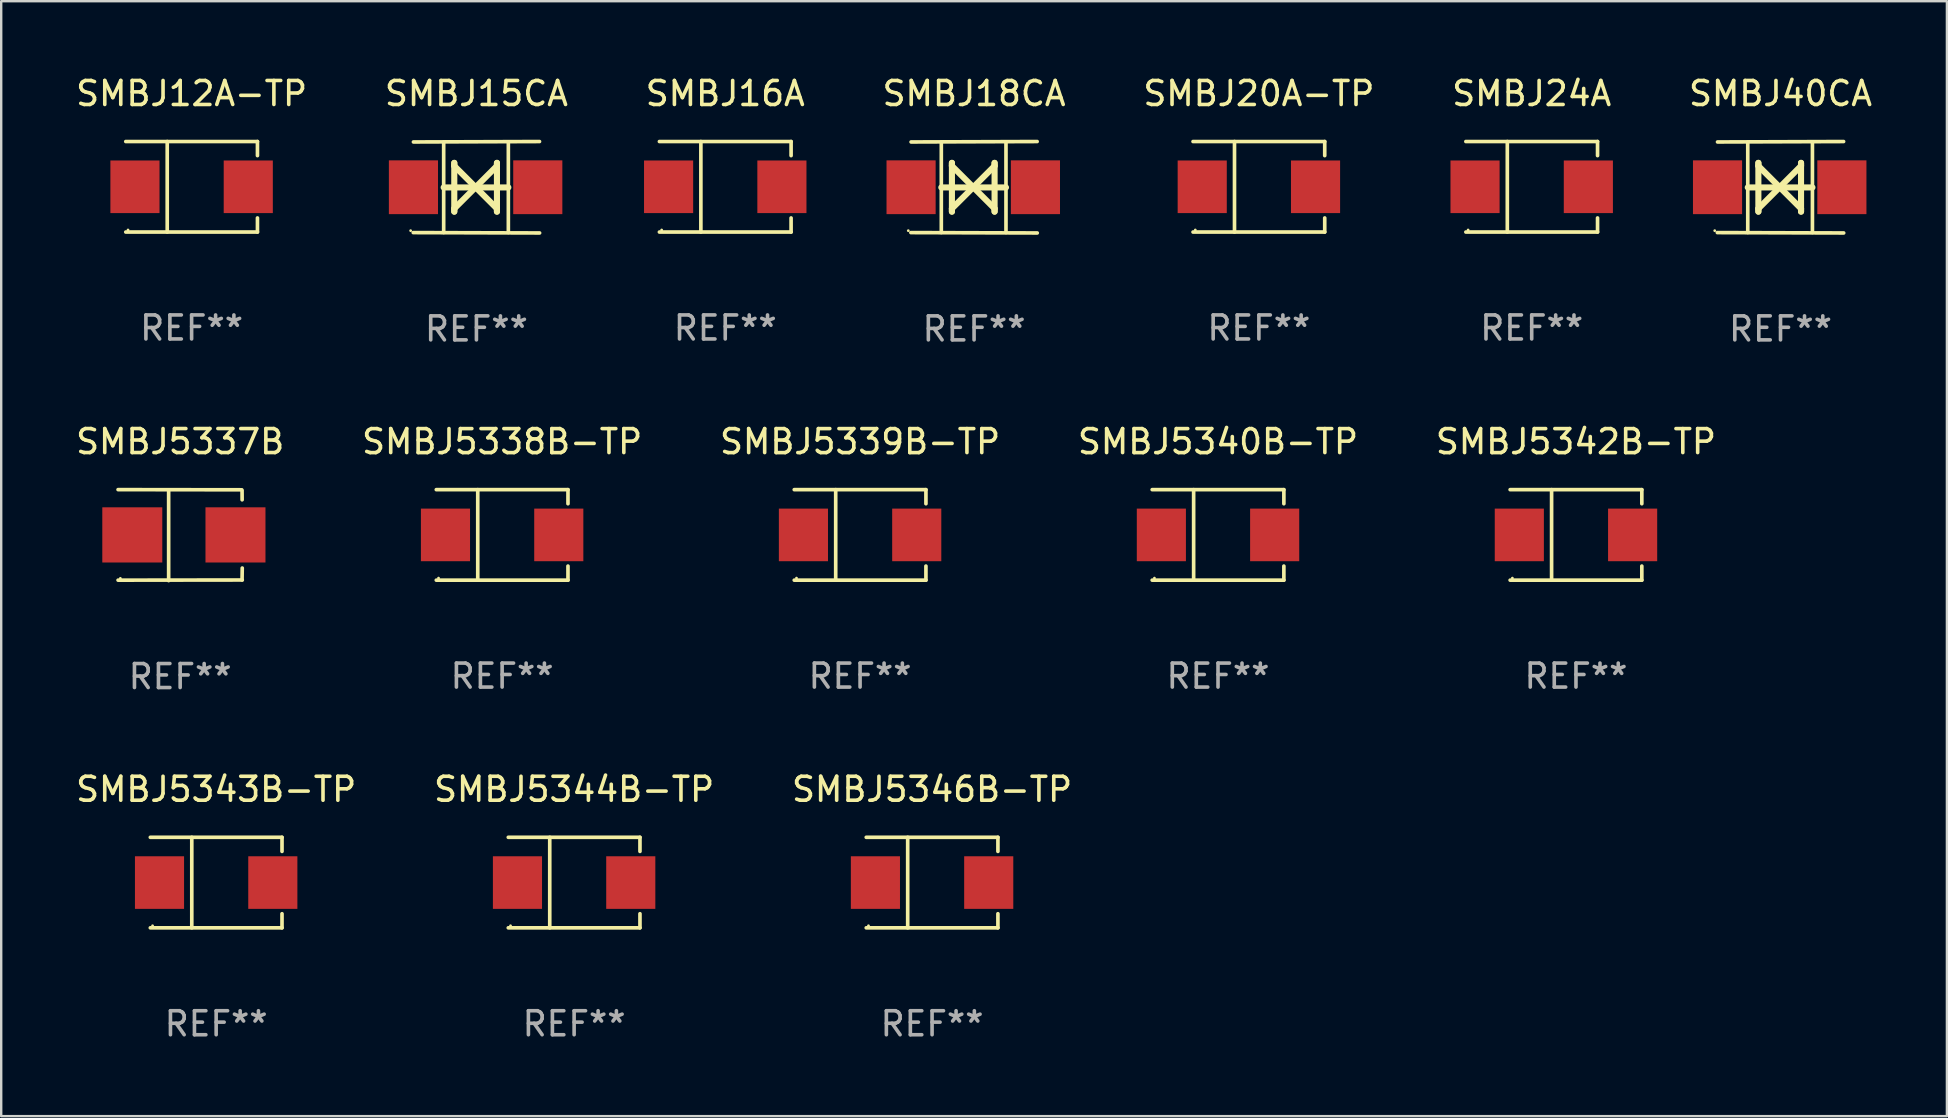
<source format=kicad_pcb>
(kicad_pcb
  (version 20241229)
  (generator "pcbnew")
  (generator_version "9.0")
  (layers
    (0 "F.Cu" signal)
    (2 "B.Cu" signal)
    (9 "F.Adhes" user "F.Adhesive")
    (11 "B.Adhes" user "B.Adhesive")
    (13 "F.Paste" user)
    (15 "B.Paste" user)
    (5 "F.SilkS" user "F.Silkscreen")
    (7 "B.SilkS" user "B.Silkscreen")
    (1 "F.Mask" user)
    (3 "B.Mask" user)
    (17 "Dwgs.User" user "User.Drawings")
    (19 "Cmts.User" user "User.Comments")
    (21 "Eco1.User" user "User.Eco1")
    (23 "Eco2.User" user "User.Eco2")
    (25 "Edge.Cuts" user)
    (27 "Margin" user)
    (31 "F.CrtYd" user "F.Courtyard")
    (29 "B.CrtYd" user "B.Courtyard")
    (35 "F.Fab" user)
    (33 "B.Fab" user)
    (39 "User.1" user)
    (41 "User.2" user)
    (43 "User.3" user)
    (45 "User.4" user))
  (footprint "SMBJ5342B-TP"
    (layer "F.Cu")
    (at 62.625 19.241)
    (property "Reference" "SMBJ5342B-TP" (at 0 -3.886 0) (layer "F.SilkS") (effects (font (size 1 1) (thickness 0.15))))
    (attr through_hole)
    (fp_line (start -2.744 -1.886) (end 2.744 -1.886) (stroke (width 0.152) (type solid)) (layer "F.SilkS"))
    (fp_line (start -2.744 1.886) (end 2.744 1.886) (stroke (width 0.152) (type solid)) (layer "F.SilkS"))
    (fp_line (start -1.016 -1.886) (end -1.016 1.886) (stroke (width 0.152) (type solid)) (layer "F.SilkS"))
    (fp_line (start 2.744 -1.886) (end 2.744 -1.299) (stroke (width 0.152) (type solid)) (layer "F.SilkS"))
    (fp_line (start 2.744 1.886) (end 2.744 1.299) (stroke (width 0.152) (type solid)) (layer "F.SilkS"))
    (fp_circle (center -2.65 1.8) (end -2.62 1.8) (stroke (width 0.06) (type solid)) (fill no) (layer "F.SilkS"))
    (fp_text user "REF**" (at 0 5.886 0) (layer "F.Fab") (effects (font (size 1 1) (thickness 0.15))))
    (pad "1" smd rect (at -2.361 0) (size 2.047 2.192) (layers "F.Cu" "F.Mask" "F.Paste"))
    (pad "2" smd rect (at 2.361 0) (size 2.047 2.192) (layers "F.Cu" "F.Mask" "F.Paste")))
  (footprint "SMBJ20A-TP"
    (layer "F.Cu")
    (at 49.411 4.734)
    (property "Reference" "SMBJ20A-TP" (at 0 -3.886 0) (layer "F.SilkS") (effects (font (size 1 1) (thickness 0.15))))
    (attr through_hole)
    (fp_line (start -2.744 -1.886) (end 2.744 -1.886) (stroke (width 0.152) (type solid)) (layer "F.SilkS"))
    (fp_line (start -2.744 1.886) (end 2.744 1.886) (stroke (width 0.152) (type solid)) (layer "F.SilkS"))
    (fp_line (start -1.016 -1.886) (end -1.016 1.886) (stroke (width 0.152) (type solid)) (layer "F.SilkS"))
    (fp_line (start 2.744 -1.886) (end 2.744 -1.299) (stroke (width 0.152) (type solid)) (layer "F.SilkS"))
    (fp_line (start 2.744 1.886) (end 2.744 1.299) (stroke (width 0.152) (type solid)) (layer "F.SilkS"))
    (fp_circle (center -2.65 1.8) (end -2.62 1.8) (stroke (width 0.06) (type solid)) (fill no) (layer "F.SilkS"))
    (fp_text user "REF**" (at 0 5.886 0) (layer "F.Fab") (effects (font (size 1 1) (thickness 0.15))))
    (pad "1" smd rect (at -2.361 0) (size 2.047 2.192) (layers "F.Cu" "F.Mask" "F.Paste"))
    (pad "2" smd rect (at 2.361 0) (size 2.047 2.192) (layers "F.Cu" "F.Mask" "F.Paste")))
  (footprint "SMBJ5340B-TP"
    (layer "F.Cu")
    (at 47.708 19.241)
    (property "Reference" "SMBJ5340B-TP" (at 0 -3.886 0) (layer "F.SilkS") (effects (font (size 1 1) (thickness 0.15))))
    (attr through_hole)
    (fp_line (start -2.744 -1.886) (end 2.744 -1.886) (stroke (width 0.152) (type solid)) (layer "F.SilkS"))
    (fp_line (start -2.744 1.886) (end 2.744 1.886) (stroke (width 0.152) (type solid)) (layer "F.SilkS"))
    (fp_line (start -1.016 -1.886) (end -1.016 1.886) (stroke (width 0.152) (type solid)) (layer "F.SilkS"))
    (fp_line (start 2.744 -1.886) (end 2.744 -1.299) (stroke (width 0.152) (type solid)) (layer "F.SilkS"))
    (fp_line (start 2.744 1.886) (end 2.744 1.299) (stroke (width 0.152) (type solid)) (layer "F.SilkS"))
    (fp_circle (center -2.65 1.8) (end -2.62 1.8) (stroke (width 0.06) (type solid)) (fill no) (layer "F.SilkS"))
    (fp_text user "REF**" (at 0 5.886 0) (layer "F.Fab") (effects (font (size 1 1) (thickness 0.15))))
    (pad "1" smd rect (at -2.361 0) (size 2.047 2.192) (layers "F.Cu" "F.Mask" "F.Paste"))
    (pad "2" smd rect (at 2.361 0) (size 2.047 2.192) (layers "F.Cu" "F.Mask" "F.Paste")))
  (footprint "SMBJ16A"
    (layer "F.Cu")
    (at 27.173 4.734)
    (property "Reference" "SMBJ16A" (at 0 -3.886 0) (layer "F.SilkS") (effects (font (size 1 1) (thickness 0.15))))
    (attr through_hole)
    (fp_line (start -2.744 -1.886) (end 2.744 -1.886) (stroke (width 0.152) (type solid)) (layer "F.SilkS"))
    (fp_line (start -2.744 1.886) (end 2.744 1.886) (stroke (width 0.152) (type solid)) (layer "F.SilkS"))
    (fp_line (start -1.016 -1.886) (end -1.016 1.886) (stroke (width 0.152) (type solid)) (layer "F.SilkS"))
    (fp_line (start 2.744 -1.886) (end 2.744 -1.299) (stroke (width 0.152) (type solid)) (layer "F.SilkS"))
    (fp_line (start 2.744 1.886) (end 2.744 1.299) (stroke (width 0.152) (type solid)) (layer "F.SilkS"))
    (fp_circle (center -2.65 1.8) (end -2.62 1.8) (stroke (width 0.06) (type solid)) (fill no) (layer "F.SilkS"))
    (fp_text user "REF**" (at 0 5.886 0) (layer "F.Fab") (effects (font (size 1 1) (thickness 0.15))))
    (pad "1" smd rect (at -2.361 0) (size 2.047 2.192) (layers "F.Cu" "F.Mask" "F.Paste"))
    (pad "2" smd rect (at 2.361 0) (size 2.047 2.192) (layers "F.Cu" "F.Mask" "F.Paste")))
  (footprint "SMBJ5344B-TP"
    (layer "F.Cu")
    (at 20.875 33.729)
    (property "Reference" "SMBJ5344B-TP" (at 0 -3.886 0) (layer "F.SilkS") (effects (font (size 1 1) (thickness 0.15))))
    (attr through_hole)
    (fp_line (start -2.744 -1.886) (end 2.744 -1.886) (stroke (width 0.152) (type solid)) (layer "F.SilkS"))
    (fp_line (start -2.744 1.886) (end 2.744 1.886) (stroke (width 0.152) (type solid)) (layer "F.SilkS"))
    (fp_line (start -1.016 -1.886) (end -1.016 1.886) (stroke (width 0.152) (type solid)) (layer "F.SilkS"))
    (fp_line (start 2.744 -1.886) (end 2.744 -1.299) (stroke (width 0.152) (type solid)) (layer "F.SilkS"))
    (fp_line (start 2.744 1.886) (end 2.744 1.299) (stroke (width 0.152) (type solid)) (layer "F.SilkS"))
    (fp_circle (center -2.65 1.8) (end -2.62 1.8) (stroke (width 0.06) (type solid)) (fill no) (layer "F.SilkS"))
    (fp_text user "REF**" (at 0 5.886 0) (layer "F.Fab") (effects (font (size 1 1) (thickness 0.15))))
    (pad "1" smd rect (at -2.361 0) (size 2.047 2.192) (layers "F.Cu" "F.Mask" "F.Paste"))
    (pad "2" smd rect (at 2.361 0) (size 2.047 2.192) (layers "F.Cu" "F.Mask" "F.Paste")))
  (footprint "SMBJ18CA"
    (layer "F.Cu")
    (at 37.542 4.753)
    (property "Reference" "SMBJ18CA" (at 0 -3.905 0) (layer "F.SilkS") (effects (font (size 1 1) (thickness 0.15))))
    (attr through_hole)
    (fp_line (start -1.365 1.886) (end -1.365 -1.886) (stroke (width 0.152) (type solid)) (layer "F.SilkS"))
    (fp_line (start -1.365 0.008) (end 1.33 0.008) (stroke (width 0.254) (type solid)) (layer "F.SilkS"))
    (fp_line (start -0.923 -1.016) (end -0.923 1.016) (stroke (width 0.254) (type solid)) (layer "F.SilkS"))
    (fp_line (start -0.923 -0.889) (end -0.923 -1.016) (stroke (width 0.254) (type solid)) (layer "F.SilkS"))
    (fp_line (start -0.923 0.889) (end -0.034 0) (stroke (width 0.254) (type solid)) (layer "F.SilkS"))
    (fp_line (start -0.923 1.016) (end -0.923 0.889) (stroke (width 0.254) (type solid)) (layer "F.SilkS"))
    (fp_line (start -0.034 0) (end -0.923 -0.889) (stroke (width 0.254) (type solid)) (layer "F.SilkS"))
    (fp_line (start -0.034 0) (end 0.855 0.889) (stroke (width 0.254) (type solid)) (layer "F.SilkS"))
    (fp_line (start 0.855 -1.016) (end 0.855 -0.889) (stroke (width 0.254) (type solid)) (layer "F.SilkS"))
    (fp_line (start 0.855 -0.889) (end -0.034 0) (stroke (width 0.254) (type solid)) (layer "F.SilkS"))
    (fp_line (start 0.855 0.889) (end 0.855 1.016) (stroke (width 0.254) (type solid)) (layer "F.SilkS"))
    (fp_line (start 0.855 1.016) (end 0.855 -1.016) (stroke (width 0.254) (type solid)) (layer "F.SilkS"))
    (fp_line (start 1.33 1.886) (end 1.33 -1.886) (stroke (width 0.152) (type solid)) (layer "F.SilkS"))
    (fp_line (start 2.629 -1.905) (end -2.625 -1.887) (stroke (width 0.152) (type solid)) (layer "F.SilkS"))
    (fp_line (start 2.633 1.905) (end -2.633 1.89) (stroke (width 0.152) (type solid)) (layer "F.SilkS"))
    (fp_circle (center -2.741 1.81) (end -2.711 1.81) (stroke (width 0.06) (type solid)) (fill no) (layer "F.SilkS"))
    (fp_text user "REF**" (at 0 5.905 0) (layer "F.Fab") (effects (font (size 1 1) (thickness 0.15))))
    (pad "1" smd rect (at -2.625 0) (size 2.047 2.241) (layers "F.Cu" "F.Mask" "F.Paste"))
    (pad "2" smd rect (at 2.557 0) (size 2.047 2.241) (layers "F.Cu" "F.Mask" "F.Paste")))
  (footprint "SMBJ5343B-TP"
    (layer "F.Cu")
    (at 5.958 33.729)
    (property "Reference" "SMBJ5343B-TP" (at 0 -3.886 0) (layer "F.SilkS") (effects (font (size 1 1) (thickness 0.15))))
    (attr through_hole)
    (fp_line (start -2.744 -1.886) (end 2.744 -1.886) (stroke (width 0.152) (type solid)) (layer "F.SilkS"))
    (fp_line (start -2.744 1.886) (end 2.744 1.886) (stroke (width 0.152) (type solid)) (layer "F.SilkS"))
    (fp_line (start -1.016 -1.886) (end -1.016 1.886) (stroke (width 0.152) (type solid)) (layer "F.SilkS"))
    (fp_line (start 2.744 -1.886) (end 2.744 -1.299) (stroke (width 0.152) (type solid)) (layer "F.SilkS"))
    (fp_line (start 2.744 1.886) (end 2.744 1.299) (stroke (width 0.152) (type solid)) (layer "F.SilkS"))
    (fp_circle (center -2.65 1.8) (end -2.62 1.8) (stroke (width 0.06) (type solid)) (fill no) (layer "F.SilkS"))
    (fp_text user "REF**" (at 0 5.886 0) (layer "F.Fab") (effects (font (size 1 1) (thickness 0.15))))
    (pad "1" smd rect (at -2.361 0) (size 2.047 2.192) (layers "F.Cu" "F.Mask" "F.Paste"))
    (pad "2" smd rect (at 2.361 0) (size 2.047 2.192) (layers "F.Cu" "F.Mask" "F.Paste")))
  (footprint "SMBJ5339B-TP"
    (layer "F.Cu")
    (at 32.792 19.241)
    (property "Reference" "SMBJ5339B-TP" (at 0 -3.886 0) (layer "F.SilkS") (effects (font (size 1 1) (thickness 0.15))))
    (attr through_hole)
    (fp_line (start -2.744 -1.886) (end 2.744 -1.886) (stroke (width 0.152) (type solid)) (layer "F.SilkS"))
    (fp_line (start -2.744 1.886) (end 2.744 1.886) (stroke (width 0.152) (type solid)) (layer "F.SilkS"))
    (fp_line (start -1.016 -1.886) (end -1.016 1.886) (stroke (width 0.152) (type solid)) (layer "F.SilkS"))
    (fp_line (start 2.744 -1.886) (end 2.744 -1.299) (stroke (width 0.152) (type solid)) (layer "F.SilkS"))
    (fp_line (start 2.744 1.886) (end 2.744 1.299) (stroke (width 0.152) (type solid)) (layer "F.SilkS"))
    (fp_circle (center -2.65 1.8) (end -2.62 1.8) (stroke (width 0.06) (type solid)) (fill no) (layer "F.SilkS"))
    (fp_text user "REF**" (at 0 5.886 0) (layer "F.Fab") (effects (font (size 1 1) (thickness 0.15))))
    (pad "1" smd rect (at -2.361 0) (size 2.047 2.192) (layers "F.Cu" "F.Mask" "F.Paste"))
    (pad "2" smd rect (at 2.361 0) (size 2.047 2.192) (layers "F.Cu" "F.Mask" "F.Paste")))
  (footprint "SMBJ24A"
    (layer "F.Cu")
    (at 60.78 4.734)
    (property "Reference" "SMBJ24A" (at 0 -3.886 0) (layer "F.SilkS") (effects (font (size 1 1) (thickness 0.15))))
    (attr through_hole)
    (fp_line (start -2.744 -1.886) (end 2.744 -1.886) (stroke (width 0.152) (type solid)) (layer "F.SilkS"))
    (fp_line (start -2.744 1.886) (end 2.744 1.886) (stroke (width 0.152) (type solid)) (layer "F.SilkS"))
    (fp_line (start -1.016 -1.886) (end -1.016 1.886) (stroke (width 0.152) (type solid)) (layer "F.SilkS"))
    (fp_line (start 2.744 -1.886) (end 2.744 -1.299) (stroke (width 0.152) (type solid)) (layer "F.SilkS"))
    (fp_line (start 2.744 1.886) (end 2.744 1.299) (stroke (width 0.152) (type solid)) (layer "F.SilkS"))
    (fp_circle (center -2.65 1.8) (end -2.62 1.8) (stroke (width 0.06) (type solid)) (fill no) (layer "F.SilkS"))
    (fp_text user "REF**" (at 0 5.886 0) (layer "F.Fab") (effects (font (size 1 1) (thickness 0.15))))
    (pad "1" smd rect (at -2.361 0) (size 2.047 2.192) (layers "F.Cu" "F.Mask" "F.Paste"))
    (pad "2" smd rect (at 2.361 0) (size 2.047 2.192) (layers "F.Cu" "F.Mask" "F.Paste")))
  (footprint "SMBJ5337B"
    (layer "F.Cu")
    (at 4.458 19.25)
    (property "Reference" "SMBJ5337B" (at 0 -3.896 0) (layer "F.SilkS") (effects (font (size 1 1) (thickness 0.15))))
    (attr through_hole)
    (fp_line (start -2.588 -1.896) (end 2.568 -1.889) (stroke (width 0.152) (type solid)) (layer "F.SilkS"))
    (fp_line (start -2.588 1.877) (end 2.588 1.87) (stroke (width 0.152) (type solid)) (layer "F.SilkS"))
    (fp_line (start -0.48 1.896) (end -0.48 -1.871) (stroke (width 0.152) (type solid)) (layer "F.SilkS"))
    (fp_line (start 2.579 -1.849) (end 2.582 -1.472) (stroke (width 0.152) (type solid)) (layer "F.SilkS"))
    (fp_line (start 2.579 1.867) (end 2.587 1.372) (stroke (width 0.152) (type solid)) (layer "F.SilkS"))
    (fp_circle (center -2.492 1.801) (end -2.462 1.801) (stroke (width 0.06) (type solid)) (fill no) (layer "F.SilkS"))
    (fp_text user "REF**" (at 0 5.896 0) (layer "F.Fab") (effects (font (size 1 1) (thickness 0.15))))
    (pad "1" smd rect (at -1.995 -0.009) (size 2.5 2.3) (layers "F.Cu" "F.Mask" "F.Paste"))
    (pad "2" smd rect (at 2.305 -0.009) (size 2.5 2.3) (layers "F.Cu" "F.Mask" "F.Paste")))
  (footprint "SMBJ12A-TP"
    (layer "F.Cu")
    (at 4.935 4.734)
    (property "Reference" "SMBJ12A-TP" (at 0 -3.886 0) (layer "F.SilkS") (effects (font (size 1 1) (thickness 0.15))))
    (attr through_hole)
    (fp_line (start -2.744 -1.886) (end 2.744 -1.886) (stroke (width 0.152) (type solid)) (layer "F.SilkS"))
    (fp_line (start -2.744 1.886) (end 2.744 1.886) (stroke (width 0.152) (type solid)) (layer "F.SilkS"))
    (fp_line (start -1.016 -1.886) (end -1.016 1.886) (stroke (width 0.152) (type solid)) (layer "F.SilkS"))
    (fp_line (start 2.744 -1.886) (end 2.744 -1.299) (stroke (width 0.152) (type solid)) (layer "F.SilkS"))
    (fp_line (start 2.744 1.886) (end 2.744 1.299) (stroke (width 0.152) (type solid)) (layer "F.SilkS"))
    (fp_circle (center -2.65 1.8) (end -2.62 1.8) (stroke (width 0.06) (type solid)) (fill no) (layer "F.SilkS"))
    (fp_text user "REF**" (at 0 5.886 0) (layer "F.Fab") (effects (font (size 1 1) (thickness 0.15))))
    (pad "1" smd rect (at -2.361 0) (size 2.047 2.192) (layers "F.Cu" "F.Mask" "F.Paste"))
    (pad "2" smd rect (at 2.361 0) (size 2.047 2.192) (layers "F.Cu" "F.Mask" "F.Paste")))
  (footprint "SMBJ5338B-TP"
    (layer "F.Cu")
    (at 17.875 19.241)
    (property "Reference" "SMBJ5338B-TP" (at 0 -3.886 0) (layer "F.SilkS") (effects (font (size 1 1) (thickness 0.15))))
    (attr through_hole)
    (fp_line (start -2.744 -1.886) (end 2.744 -1.886) (stroke (width 0.152) (type solid)) (layer "F.SilkS"))
    (fp_line (start -2.744 1.886) (end 2.744 1.886) (stroke (width 0.152) (type solid)) (layer "F.SilkS"))
    (fp_line (start -1.016 -1.886) (end -1.016 1.886) (stroke (width 0.152) (type solid)) (layer "F.SilkS"))
    (fp_line (start 2.744 -1.886) (end 2.744 -1.299) (stroke (width 0.152) (type solid)) (layer "F.SilkS"))
    (fp_line (start 2.744 1.886) (end 2.744 1.299) (stroke (width 0.152) (type solid)) (layer "F.SilkS"))
    (fp_circle (center -2.65 1.8) (end -2.62 1.8) (stroke (width 0.06) (type solid)) (fill no) (layer "F.SilkS"))
    (fp_text user "REF**" (at 0 5.886 0) (layer "F.Fab") (effects (font (size 1 1) (thickness 0.15))))
    (pad "1" smd rect (at -2.361 0) (size 2.047 2.192) (layers "F.Cu" "F.Mask" "F.Paste"))
    (pad "2" smd rect (at 2.361 0) (size 2.047 2.192) (layers "F.Cu" "F.Mask" "F.Paste")))
  (footprint "SMBJ5346B-TP"
    (layer "F.Cu")
    (at 35.792 33.729)
    (property "Reference" "SMBJ5346B-TP" (at 0 -3.886 0) (layer "F.SilkS") (effects (font (size 1 1) (thickness 0.15))))
    (attr through_hole)
    (fp_line (start -2.744 -1.886) (end 2.744 -1.886) (stroke (width 0.152) (type solid)) (layer "F.SilkS"))
    (fp_line (start -2.744 1.886) (end 2.744 1.886) (stroke (width 0.152) (type solid)) (layer "F.SilkS"))
    (fp_line (start -1.016 -1.886) (end -1.016 1.886) (stroke (width 0.152) (type solid)) (layer "F.SilkS"))
    (fp_line (start 2.744 -1.886) (end 2.744 -1.299) (stroke (width 0.152) (type solid)) (layer "F.SilkS"))
    (fp_line (start 2.744 1.886) (end 2.744 1.299) (stroke (width 0.152) (type solid)) (layer "F.SilkS"))
    (fp_circle (center -2.65 1.8) (end -2.62 1.8) (stroke (width 0.06) (type solid)) (fill no) (layer "F.SilkS"))
    (fp_text user "REF**" (at 0 5.886 0) (layer "F.Fab") (effects (font (size 1 1) (thickness 0.15))))
    (pad "1" smd rect (at -2.361 0) (size 2.047 2.192) (layers "F.Cu" "F.Mask" "F.Paste"))
    (pad "2" smd rect (at 2.361 0) (size 2.047 2.192) (layers "F.Cu" "F.Mask" "F.Paste")))
  (footprint "SMBJ15CA"
    (layer "F.Cu")
    (at 16.804 4.753)
    (property "Reference" "SMBJ15CA" (at 0 -3.905 0) (layer "F.SilkS") (effects (font (size 1 1) (thickness 0.15))))
    (attr through_hole)
    (fp_line (start -1.365 1.886) (end -1.365 -1.886) (stroke (width 0.152) (type solid)) (layer "F.SilkS"))
    (fp_line (start -1.365 0.008) (end 1.33 0.008) (stroke (width 0.254) (type solid)) (layer "F.SilkS"))
    (fp_line (start -0.923 -1.016) (end -0.923 1.016) (stroke (width 0.254) (type solid)) (layer "F.SilkS"))
    (fp_line (start -0.923 -0.889) (end -0.923 -1.016) (stroke (width 0.254) (type solid)) (layer "F.SilkS"))
    (fp_line (start -0.923 0.889) (end -0.034 0) (stroke (width 0.254) (type solid)) (layer "F.SilkS"))
    (fp_line (start -0.923 1.016) (end -0.923 0.889) (stroke (width 0.254) (type solid)) (layer "F.SilkS"))
    (fp_line (start -0.034 0) (end -0.923 -0.889) (stroke (width 0.254) (type solid)) (layer "F.SilkS"))
    (fp_line (start -0.034 0) (end 0.855 0.889) (stroke (width 0.254) (type solid)) (layer "F.SilkS"))
    (fp_line (start 0.855 -1.016) (end 0.855 -0.889) (stroke (width 0.254) (type solid)) (layer "F.SilkS"))
    (fp_line (start 0.855 -0.889) (end -0.034 0) (stroke (width 0.254) (type solid)) (layer "F.SilkS"))
    (fp_line (start 0.855 0.889) (end 0.855 1.016) (stroke (width 0.254) (type solid)) (layer "F.SilkS"))
    (fp_line (start 0.855 1.016) (end 0.855 -1.016) (stroke (width 0.254) (type solid)) (layer "F.SilkS"))
    (fp_line (start 1.33 1.886) (end 1.33 -1.886) (stroke (width 0.152) (type solid)) (layer "F.SilkS"))
    (fp_line (start 2.629 -1.905) (end -2.625 -1.887) (stroke (width 0.152) (type solid)) (layer "F.SilkS"))
    (fp_line (start 2.633 1.905) (end -2.633 1.89) (stroke (width 0.152) (type solid)) (layer "F.SilkS"))
    (fp_circle (center -2.741 1.81) (end -2.711 1.81) (stroke (width 0.06) (type solid)) (fill no) (layer "F.SilkS"))
    (fp_text user "REF**" (at 0 5.905 0) (layer "F.Fab") (effects (font (size 1 1) (thickness 0.15))))
    (pad "1" smd rect (at -2.625 0) (size 2.047 2.241) (layers "F.Cu" "F.Mask" "F.Paste"))
    (pad "2" smd rect (at 2.557 0) (size 2.047 2.241) (layers "F.Cu" "F.Mask" "F.Paste")))
  (footprint "SMBJ40CA"
    (layer "F.Cu")
    (at 71.149 4.753)
    (property "Reference" "SMBJ40CA" (at 0 -3.905 0) (layer "F.SilkS") (effects (font (size 1 1) (thickness 0.15))))
    (attr through_hole)
    (fp_line (start -1.365 1.886) (end -1.365 -1.886) (stroke (width 0.152) (type solid)) (layer "F.SilkS"))
    (fp_line (start -1.365 0.008) (end 1.33 0.008) (stroke (width 0.254) (type solid)) (layer "F.SilkS"))
    (fp_line (start -0.923 -1.016) (end -0.923 1.016) (stroke (width 0.254) (type solid)) (layer "F.SilkS"))
    (fp_line (start -0.923 -0.889) (end -0.923 -1.016) (stroke (width 0.254) (type solid)) (layer "F.SilkS"))
    (fp_line (start -0.923 0.889) (end -0.034 0) (stroke (width 0.254) (type solid)) (layer "F.SilkS"))
    (fp_line (start -0.923 1.016) (end -0.923 0.889) (stroke (width 0.254) (type solid)) (layer "F.SilkS"))
    (fp_line (start -0.034 0) (end -0.923 -0.889) (stroke (width 0.254) (type solid)) (layer "F.SilkS"))
    (fp_line (start -0.034 0) (end 0.855 0.889) (stroke (width 0.254) (type solid)) (layer "F.SilkS"))
    (fp_line (start 0.855 -1.016) (end 0.855 -0.889) (stroke (width 0.254) (type solid)) (layer "F.SilkS"))
    (fp_line (start 0.855 -0.889) (end -0.034 0) (stroke (width 0.254) (type solid)) (layer "F.SilkS"))
    (fp_line (start 0.855 0.889) (end 0.855 1.016) (stroke (width 0.254) (type solid)) (layer "F.SilkS"))
    (fp_line (start 0.855 1.016) (end 0.855 -1.016) (stroke (width 0.254) (type solid)) (layer "F.SilkS"))
    (fp_line (start 1.33 1.886) (end 1.33 -1.886) (stroke (width 0.152) (type solid)) (layer "F.SilkS"))
    (fp_line (start 2.629 -1.905) (end -2.625 -1.887) (stroke (width 0.152) (type solid)) (layer "F.SilkS"))
    (fp_line (start 2.633 1.905) (end -2.633 1.89) (stroke (width 0.152) (type solid)) (layer "F.SilkS"))
    (fp_circle (center -2.741 1.81) (end -2.711 1.81) (stroke (width 0.06) (type solid)) (fill no) (layer "F.SilkS"))
    (fp_text user "REF**" (at 0 5.905 0) (layer "F.Fab") (effects (font (size 1 1) (thickness 0.15))))
    (pad "1" smd rect (at -2.625 0) (size 2.047 2.241) (layers "F.Cu" "F.Mask" "F.Paste"))
    (pad "2" smd rect (at 2.557 0) (size 2.047 2.241) (layers "F.Cu" "F.Mask" "F.Paste")))
  (gr_rect
    (start -3 -3)
    (end 78.083 43.463)
    (stroke (width 0.1) (type default))
    (fill no)
    (layer "Edge.Cuts")))
</source>
